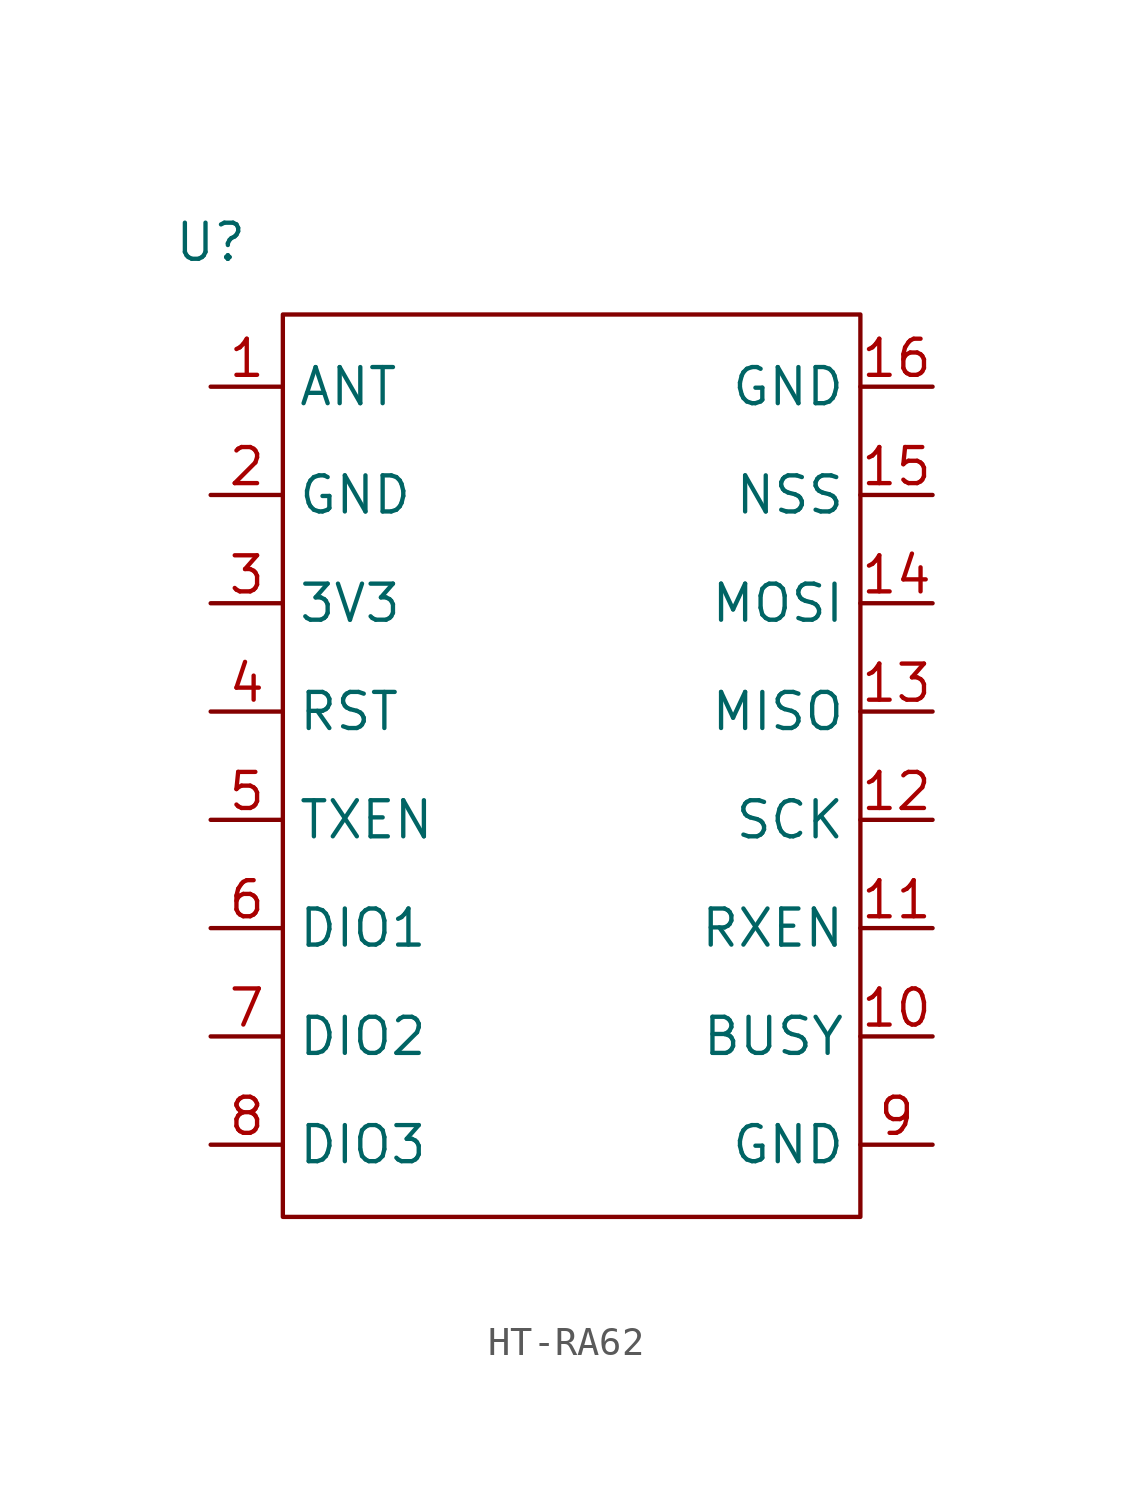
<source format=kicad_sym>
(kicad_symbol_lib
  (version 20231120)
  (generator "kicad_symbol_editor")
  (generator_version "8.0")
  (symbol "HT-RA62"
    (property "Reference" "U"
      (at 0 0 0)
      (effects (font (size 1.27 1.27))))
    (property "Value" ""
      (at 0 0 0)
      (effects (font (size 1.27 1.27))))
    (symbol "HT-RA62_0_1"
      (rectangle (start 2.54 -2.54) (end 22.86 -34.29) (stroke (width 0) (type default)) (fill (type none))))
    (symbol "HT-RA62_1_1"
      (pin passive line (at 0 -5.08 0) (length 2.54) (name "ANT" (effects (font (size 1.27 1.27)))) (number "1" (effects (font (size 1.27 1.27)))))
      (pin passive line (at 25.4 -27.94 180) (length 2.54) (name "BUSY" (effects (font (size 1.27 1.27)))) (number "10" (effects (font (size 1.27 1.27)))))
      (pin passive line (at 25.4 -24.13 180) (length 2.54) (name "RXEN" (effects (font (size 1.27 1.27)))) (number "11" (effects (font (size 1.27 1.27)))))
      (pin passive line (at 25.4 -20.32 180) (length 2.54) (name "SCK" (effects (font (size 1.27 1.27)))) (number "12" (effects (font (size 1.27 1.27)))))
      (pin passive line (at 25.4 -16.51 180) (length 2.54) (name "MISO" (effects (font (size 1.27 1.27)))) (number "13" (effects (font (size 1.27 1.27)))))
      (pin passive line (at 25.4 -12.7 180) (length 2.54) (name "MOSI" (effects (font (size 1.27 1.27)))) (number "14" (effects (font (size 1.27 1.27)))))
      (pin passive line (at 25.4 -8.89 180) (length 2.54) (name "NSS" (effects (font (size 1.27 1.27)))) (number "15" (effects (font (size 1.27 1.27)))))
      (pin passive line (at 25.4 -5.08 180) (length 2.54) (name "GND" (effects (font (size 1.27 1.27)))) (number "16" (effects (font (size 1.27 1.27)))))
      (pin passive line (at 0 -8.89 0) (length 2.54) (name "GND" (effects (font (size 1.27 1.27)))) (number "2" (effects (font (size 1.27 1.27)))))
      (pin passive line (at 0 -12.7 0) (length 2.54) (name "3V3" (effects (font (size 1.27 1.27)))) (number "3" (effects (font (size 1.27 1.27)))))
      (pin passive line (at 0 -16.51 0) (length 2.54) (name "RST" (effects (font (size 1.27 1.27)))) (number "4" (effects (font (size 1.27 1.27)))))
      (pin passive line (at 0 -20.32 0) (length 2.54) (name "TXEN" (effects (font (size 1.27 1.27)))) (number "5" (effects (font (size 1.27 1.27)))))
      (pin passive line (at 0 -24.13 0) (length 2.54) (name "DIO1" (effects (font (size 1.27 1.27)))) (number "6" (effects (font (size 1.27 1.27)))))
      (pin passive line (at 0 -27.94 0) (length 2.54) (name "DIO2" (effects (font (size 1.27 1.27)))) (number "7" (effects (font (size 1.27 1.27)))))
      (pin passive line (at 0 -31.75 0) (length 2.54) (name "DIO3" (effects (font (size 1.27 1.27)))) (number "8" (effects (font (size 1.27 1.27)))))
      (pin passive line (at 25.4 -31.75 180) (length 2.54) (name "GND" (effects (font (size 1.27 1.27)))) (number "9" (effects (font (size 1.27 1.27))))))))
</source>
